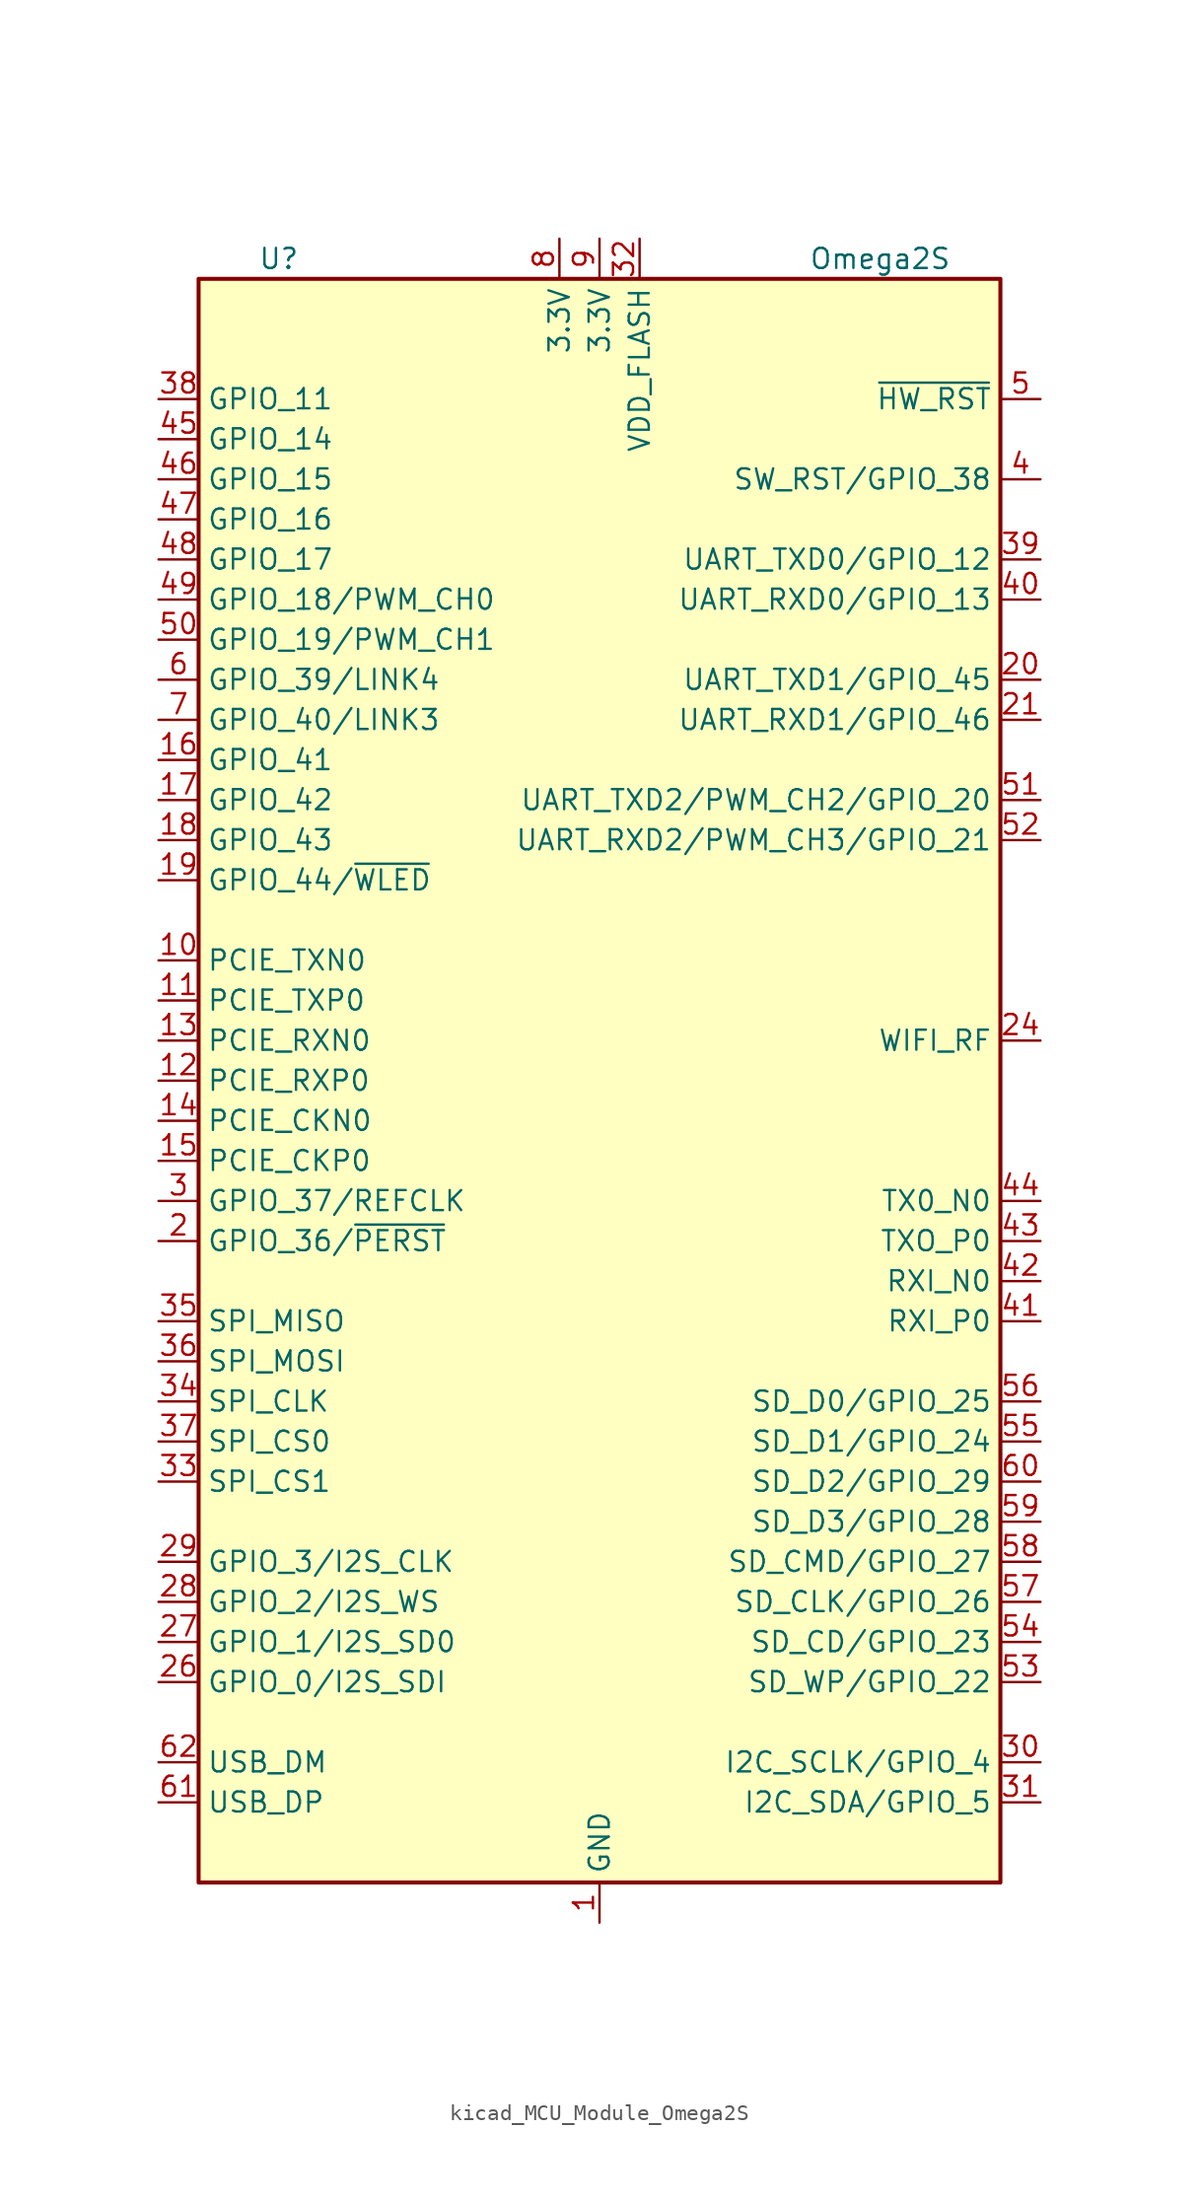
<source format=kicad_sym>
(kicad_symbol_lib
  (version 20220914)
  (generator kicad_symbol_editor)
  (symbol "kicad_MCU_Module_Omega2S"
    (property "Reference" "U"
      (at -20.32 52.07 0)
      (effects (font (size 1.27 1.27))))
    (property "Value" "Omega2S"
      (at 17.78 52.07 0)
      (effects (font (size 1.27 1.27))))
    (symbol "kicad_MCU_Module_Omega2S_0_1"
      (rectangle (start -25.4 -50.8) (end 25.4 50.8) (stroke (width 0.254) (type default)) (fill (type background))))
    (symbol "kicad_MCU_Module_Omega2S_1_1"
      (pin power_in line (at 0 -53.34 90) (length 2.54) (name "GND" (effects (font (size 1.27 1.27)))) (number "1" (effects (font (size 1.27 1.27)))))
      (pin output line (at -27.94 7.62 0) (length 2.54) (name "PCIE_TXN0" (effects (font (size 1.27 1.27)))) (number "10" (effects (font (size 1.27 1.27)))))
      (pin output line (at -27.94 5.08 0) (length 2.54) (name "PCIE_TXP0" (effects (font (size 1.27 1.27)))) (number "11" (effects (font (size 1.27 1.27)))))
      (pin input line (at -27.94 0 0) (length 2.54) (name "PCIE_RXP0" (effects (font (size 1.27 1.27)))) (number "12" (effects (font (size 1.27 1.27)))))
      (pin input line (at -27.94 2.54 0) (length 2.54) (name "PCIE_RXN0" (effects (font (size 1.27 1.27)))) (number "13" (effects (font (size 1.27 1.27)))))
      (pin output line (at -27.94 -2.54 0) (length 2.54) (name "PCIE_CKN0" (effects (font (size 1.27 1.27)))) (number "14" (effects (font (size 1.27 1.27)))))
      (pin output line (at -27.94 -5.08 0) (length 2.54) (name "PCIE_CKP0" (effects (font (size 1.27 1.27)))) (number "15" (effects (font (size 1.27 1.27)))))
      (pin bidirectional line (at -27.94 20.32 0) (length 2.54) (name "GPIO_41" (effects (font (size 1.27 1.27)))) (number "16" (effects (font (size 1.27 1.27)))))
      (pin bidirectional line (at -27.94 17.78 0) (length 2.54) (name "GPIO_42" (effects (font (size 1.27 1.27)))) (number "17" (effects (font (size 1.27 1.27)))))
      (pin bidirectional line (at -27.94 15.24 0) (length 2.54) (name "GPIO_43" (effects (font (size 1.27 1.27)))) (number "18" (effects (font (size 1.27 1.27)))))
      (pin bidirectional line (at -27.94 12.7 0) (length 2.54) (name "GPIO_44/~{WLED}" (effects (font (size 1.27 1.27)))) (number "19" (effects (font (size 1.27 1.27)))))
      (pin bidirectional line (at -27.94 -10.16 0) (length 2.54) (name "GPIO_36/~{PERST}" (effects (font (size 1.27 1.27)))) (number "2" (effects (font (size 1.27 1.27)))))
      (pin bidirectional line (at 27.94 25.4 180) (length 2.54) (name "UART_TXD1/GPIO_45" (effects (font (size 1.27 1.27)))) (number "20" (effects (font (size 1.27 1.27)))))
      (pin bidirectional line (at 27.94 22.86 180) (length 2.54) (name "UART_RXD1/GPIO_46" (effects (font (size 1.27 1.27)))) (number "21" (effects (font (size 1.27 1.27)))))
      (pin passive line (at 0 -53.34 90) (length 2.54) hide (name "GND" (effects (font (size 1.27 1.27)))) (number "22" (effects (font (size 1.27 1.27)))))
      (pin passive line (at 0 -53.34 90) (length 2.54) hide (name "GND" (effects (font (size 1.27 1.27)))) (number "23" (effects (font (size 1.27 1.27)))))
      (pin passive line (at 27.94 2.54 180) (length 2.54) (name "WIFI_RF" (effects (font (size 1.27 1.27)))) (number "24" (effects (font (size 1.27 1.27)))))
      (pin passive line (at 0 -53.34 90) (length 2.54) hide (name "GND" (effects (font (size 1.27 1.27)))) (number "25" (effects (font (size 1.27 1.27)))))
      (pin bidirectional line (at -27.94 -38.1 0) (length 2.54) (name "GPIO_0/I2S_SDI" (effects (font (size 1.27 1.27)))) (number "26" (effects (font (size 1.27 1.27)))))
      (pin bidirectional line (at -27.94 -35.56 0) (length 2.54) (name "GPIO_1/I2S_SD0" (effects (font (size 1.27 1.27)))) (number "27" (effects (font (size 1.27 1.27)))))
      (pin bidirectional line (at -27.94 -33.02 0) (length 2.54) (name "GPIO_2/I2S_WS" (effects (font (size 1.27 1.27)))) (number "28" (effects (font (size 1.27 1.27)))))
      (pin bidirectional line (at -27.94 -30.48 0) (length 2.54) (name "GPIO_3/I2S_CLK" (effects (font (size 1.27 1.27)))) (number "29" (effects (font (size 1.27 1.27)))))
      (pin bidirectional line (at -27.94 -7.62 0) (length 2.54) (name "GPIO_37/REFCLK" (effects (font (size 1.27 1.27)))) (number "3" (effects (font (size 1.27 1.27)))))
      (pin bidirectional line (at 27.94 -43.18 180) (length 2.54) (name "I2C_SCLK/GPIO_4" (effects (font (size 1.27 1.27)))) (number "30" (effects (font (size 1.27 1.27)))))
      (pin bidirectional line (at 27.94 -45.72 180) (length 2.54) (name "I2C_SDA/GPIO_5" (effects (font (size 1.27 1.27)))) (number "31" (effects (font (size 1.27 1.27)))))
      (pin power_in line (at 2.54 53.34 270) (length 2.54) (name "VDD_FLASH" (effects (font (size 1.27 1.27)))) (number "32" (effects (font (size 1.27 1.27)))))
      (pin output line (at -27.94 -25.4 0) (length 2.54) (name "SPI_CS1" (effects (font (size 1.27 1.27)))) (number "33" (effects (font (size 1.27 1.27)))))
      (pin output line (at -27.94 -20.32 0) (length 2.54) (name "SPI_CLK" (effects (font (size 1.27 1.27)))) (number "34" (effects (font (size 1.27 1.27)))))
      (pin input line (at -27.94 -15.24 0) (length 2.54) (name "SPI_MISO" (effects (font (size 1.27 1.27)))) (number "35" (effects (font (size 1.27 1.27)))))
      (pin output line (at -27.94 -17.78 0) (length 2.54) (name "SPI_MOSI" (effects (font (size 1.27 1.27)))) (number "36" (effects (font (size 1.27 1.27)))))
      (pin output line (at -27.94 -22.86 0) (length 2.54) (name "SPI_CS0" (effects (font (size 1.27 1.27)))) (number "37" (effects (font (size 1.27 1.27)))))
      (pin bidirectional line (at -27.94 43.18 0) (length 2.54) (name "GPIO_11" (effects (font (size 1.27 1.27)))) (number "38" (effects (font (size 1.27 1.27)))))
      (pin bidirectional line (at 27.94 33.02 180) (length 2.54) (name "UART_TXD0/GPIO_12" (effects (font (size 1.27 1.27)))) (number "39" (effects (font (size 1.27 1.27)))))
      (pin bidirectional line (at 27.94 38.1 180) (length 2.54) (name "SW_RST/GPIO_38" (effects (font (size 1.27 1.27)))) (number "4" (effects (font (size 1.27 1.27)))))
      (pin bidirectional line (at 27.94 30.48 180) (length 2.54) (name "UART_RXD0/GPIO_13" (effects (font (size 1.27 1.27)))) (number "40" (effects (font (size 1.27 1.27)))))
      (pin input line (at 27.94 -15.24 180) (length 2.54) (name "RXI_P0" (effects (font (size 1.27 1.27)))) (number "41" (effects (font (size 1.27 1.27)))))
      (pin input line (at 27.94 -12.7 180) (length 2.54) (name "RXI_N0" (effects (font (size 1.27 1.27)))) (number "42" (effects (font (size 1.27 1.27)))))
      (pin output line (at 27.94 -10.16 180) (length 2.54) (name "TXO_P0" (effects (font (size 1.27 1.27)))) (number "43" (effects (font (size 1.27 1.27)))))
      (pin output line (at 27.94 -7.62 180) (length 2.54) (name "TX0_N0" (effects (font (size 1.27 1.27)))) (number "44" (effects (font (size 1.27 1.27)))))
      (pin bidirectional line (at -27.94 40.64 0) (length 2.54) (name "GPIO_14" (effects (font (size 1.27 1.27)))) (number "45" (effects (font (size 1.27 1.27)))))
      (pin bidirectional line (at -27.94 38.1 0) (length 2.54) (name "GPIO_15" (effects (font (size 1.27 1.27)))) (number "46" (effects (font (size 1.27 1.27)))))
      (pin bidirectional line (at -27.94 35.56 0) (length 2.54) (name "GPIO_16" (effects (font (size 1.27 1.27)))) (number "47" (effects (font (size 1.27 1.27)))))
      (pin bidirectional line (at -27.94 33.02 0) (length 2.54) (name "GPIO_17" (effects (font (size 1.27 1.27)))) (number "48" (effects (font (size 1.27 1.27)))))
      (pin bidirectional line (at -27.94 30.48 0) (length 2.54) (name "GPIO_18/PWM_CH0" (effects (font (size 1.27 1.27)))) (number "49" (effects (font (size 1.27 1.27)))))
      (pin input line (at 27.94 43.18 180) (length 2.54) (name "~{HW_RST}" (effects (font (size 1.27 1.27)))) (number "5" (effects (font (size 1.27 1.27)))))
      (pin bidirectional line (at -27.94 27.94 0) (length 2.54) (name "GPIO_19/PWM_CH1" (effects (font (size 1.27 1.27)))) (number "50" (effects (font (size 1.27 1.27)))))
      (pin bidirectional line (at 27.94 17.78 180) (length 2.54) (name "UART_TXD2/PWM_CH2/GPIO_20" (effects (font (size 1.27 1.27)))) (number "51" (effects (font (size 1.27 1.27)))))
      (pin bidirectional line (at 27.94 15.24 180) (length 2.54) (name "UART_RXD2/PWM_CH3/GPIO_21" (effects (font (size 1.27 1.27)))) (number "52" (effects (font (size 1.27 1.27)))))
      (pin bidirectional line (at 27.94 -38.1 180) (length 2.54) (name "SD_WP/GPIO_22" (effects (font (size 1.27 1.27)))) (number "53" (effects (font (size 1.27 1.27)))))
      (pin bidirectional line (at 27.94 -35.56 180) (length 2.54) (name "SD_CD/GPIO_23" (effects (font (size 1.27 1.27)))) (number "54" (effects (font (size 1.27 1.27)))))
      (pin bidirectional line (at 27.94 -22.86 180) (length 2.54) (name "SD_D1/GPIO_24" (effects (font (size 1.27 1.27)))) (number "55" (effects (font (size 1.27 1.27)))))
      (pin bidirectional line (at 27.94 -20.32 180) (length 2.54) (name "SD_D0/GPIO_25" (effects (font (size 1.27 1.27)))) (number "56" (effects (font (size 1.27 1.27)))))
      (pin bidirectional line (at 27.94 -33.02 180) (length 2.54) (name "SD_CLK/GPIO_26" (effects (font (size 1.27 1.27)))) (number "57" (effects (font (size 1.27 1.27)))))
      (pin bidirectional line (at 27.94 -30.48 180) (length 2.54) (name "SD_CMD/GPIO_27" (effects (font (size 1.27 1.27)))) (number "58" (effects (font (size 1.27 1.27)))))
      (pin bidirectional line (at 27.94 -27.94 180) (length 2.54) (name "SD_D3/GPIO_28" (effects (font (size 1.27 1.27)))) (number "59" (effects (font (size 1.27 1.27)))))
      (pin bidirectional line (at -27.94 25.4 0) (length 2.54) (name "GPIO_39/LINK4" (effects (font (size 1.27 1.27)))) (number "6" (effects (font (size 1.27 1.27)))))
      (pin bidirectional line (at 27.94 -25.4 180) (length 2.54) (name "SD_D2/GPIO_29" (effects (font (size 1.27 1.27)))) (number "60" (effects (font (size 1.27 1.27)))))
      (pin bidirectional line (at -27.94 -45.72 0) (length 2.54) (name "USB_DP" (effects (font (size 1.27 1.27)))) (number "61" (effects (font (size 1.27 1.27)))))
      (pin bidirectional line (at -27.94 -43.18 0) (length 2.54) (name "USB_DM" (effects (font (size 1.27 1.27)))) (number "62" (effects (font (size 1.27 1.27)))))
      (pin passive line (at 0 -53.34 90) (length 2.54) hide (name "GND" (effects (font (size 1.27 1.27)))) (number "63" (effects (font (size 1.27 1.27)))))
      (pin passive line (at 0 -53.34 90) (length 2.54) hide (name "GND" (effects (font (size 1.27 1.27)))) (number "64" (effects (font (size 1.27 1.27)))))
      (pin bidirectional line (at -27.94 22.86 0) (length 2.54) (name "GPIO_40/LINK3" (effects (font (size 1.27 1.27)))) (number "7" (effects (font (size 1.27 1.27)))))
      (pin power_in line (at -2.54 53.34 270) (length 2.54) (name "3.3V" (effects (font (size 1.27 1.27)))) (number "8" (effects (font (size 1.27 1.27)))))
      (pin power_in line (at 0 53.34 270) (length 2.54) (name "3.3V" (effects (font (size 1.27 1.27)))) (number "9" (effects (font (size 1.27 1.27))))))))
</source>
